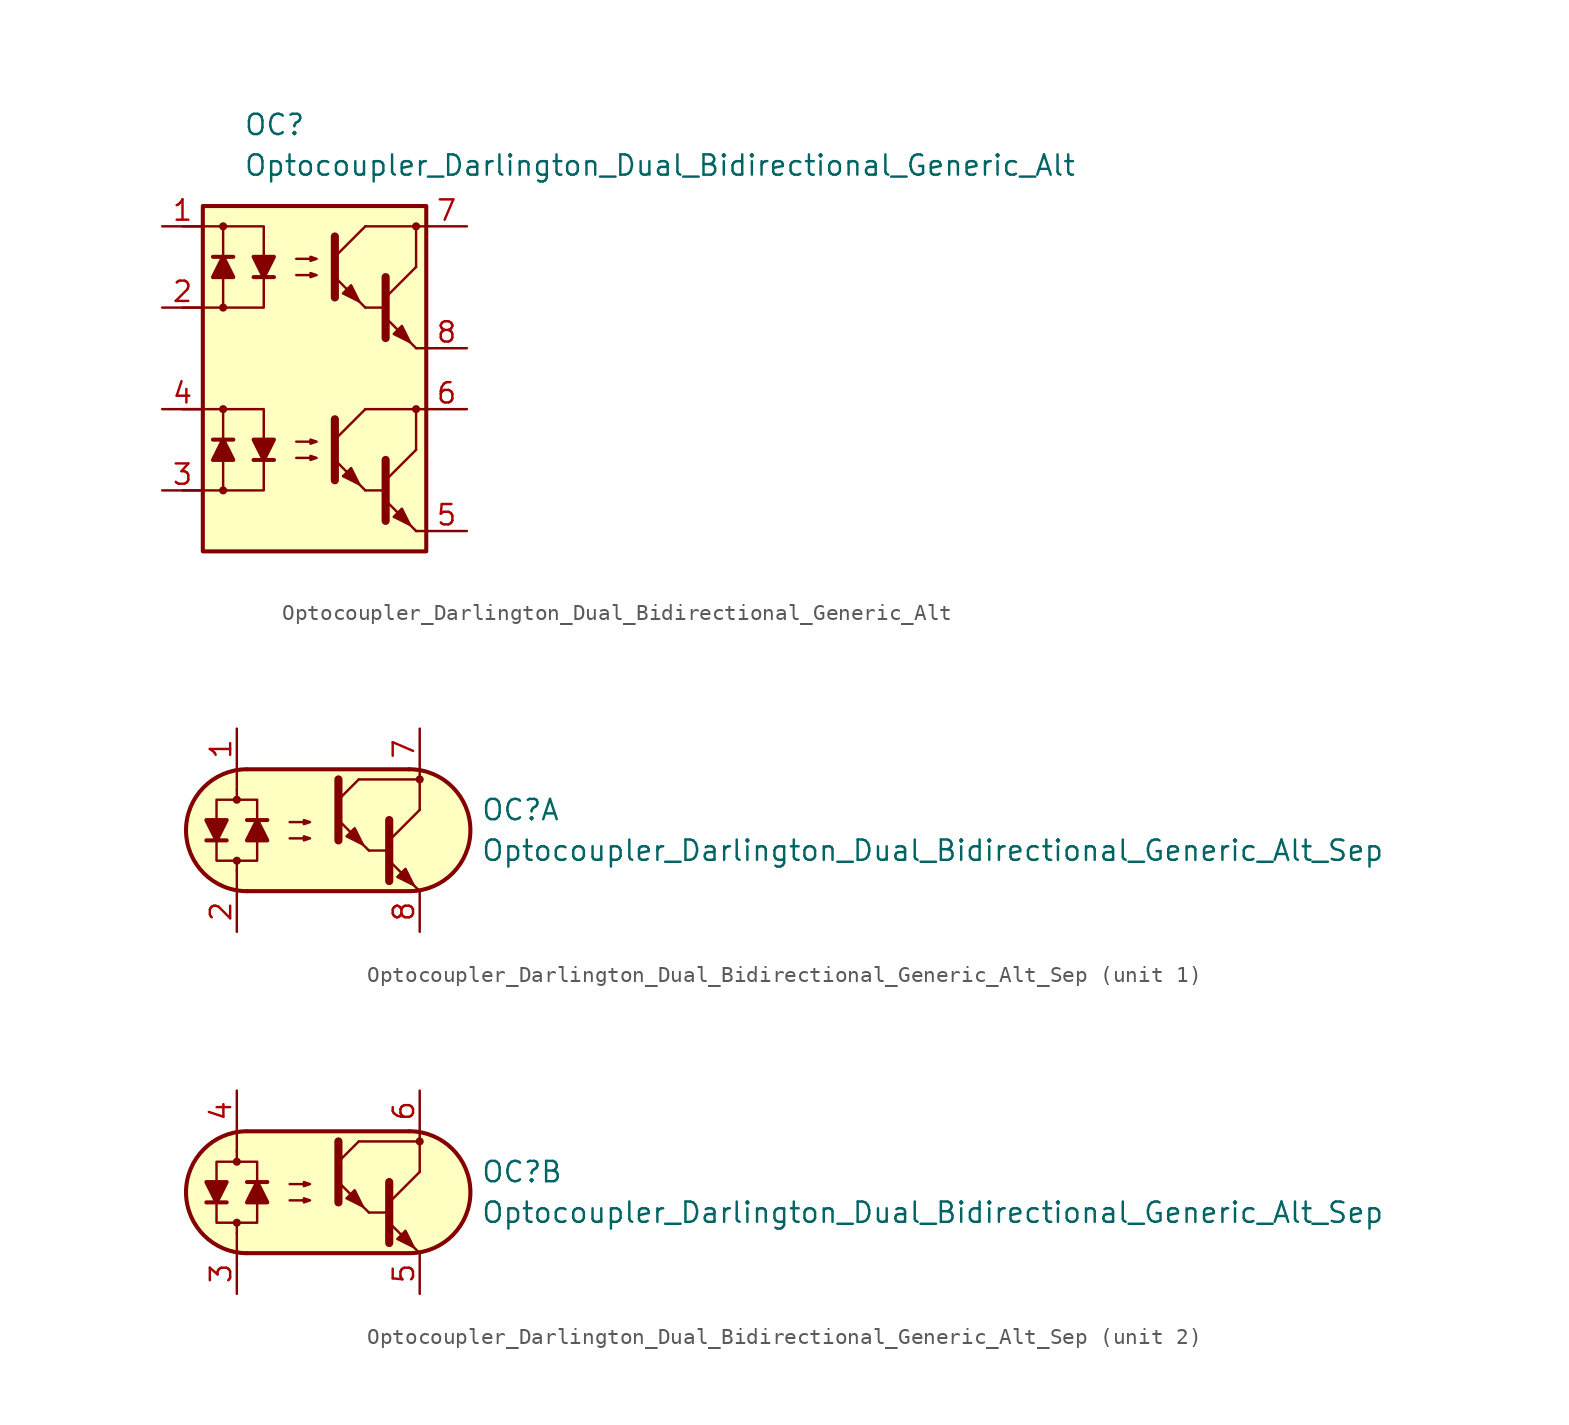
<source format=kicad_sym>
(kicad_symbol_lib
  (version 20231120)
  (generator "kicad_symbol_editor")
  (generator_version "8.0")
  (symbol "Optocoupler_Darlington_Dual_Bidirectional_Generic_Alt"
    (pin_names
      (offset 1.016))
    (property "Reference" "OC"
      (at -3.81 15.24 0)
      (effects (font (size 1.27 1.27)) (justify left)))
    (property "Value" "Optocoupler_Darlington_Dual_Bidirectional_Generic_Alt"
      (at -3.81 12.7 0)
      (effects (font (size 1.27 1.27)) (justify left)))
    (symbol "Optocoupler_Darlington_Dual_Bidirectional_Generic_Alt_0_1"
      (rectangle (start -6.35 10.16) (end 7.62 -11.43) (stroke (width 0.254) (type default)) (fill (type background)))
      (polyline (pts (xy 3.81 3.81) (xy 5.08 3.81)) (stroke (width 0) (type default)) (fill (type none)))
      (polyline (pts (xy 5.08 4.445) (xy 6.985 6.35)) (stroke (width 0) (type default)) (fill (type none)))
      (polyline (pts (xy 6.985 1.27) (xy 5.08 3.175)) (stroke (width 0) (type default)) (fill (type outline)))
      (polyline (pts (xy 6.985 1.27) (xy 7.62 1.27)) (stroke (width 0) (type default)) (fill (type none)))
      (polyline (pts (xy 6.985 6.35) (xy 6.985 8.89)) (stroke (width 0) (type default)) (fill (type none)))
      (polyline (pts (xy 7.62 8.89) (xy 3.81 8.89)) (stroke (width 0) (type default)) (fill (type none)))
      (polyline (pts (xy 5.08 5.715) (xy 5.08 1.905) (xy 5.08 1.905)) (stroke (width 0.508) (type default)) (fill (type none)))
      (polyline (pts (xy -0.508 5.842) (xy 0.762 5.842) (xy 0.381 5.715) (xy 0.381 5.969) (xy 0.762 5.842)) (stroke (width 0) (type default)) (fill (type none)))
      (polyline (pts (xy -0.508 6.858) (xy 0.762 6.858) (xy 0.381 6.731) (xy 0.381 6.985) (xy 0.762 6.858)) (stroke (width 0) (type default)) (fill (type none)))
      (polyline (pts (xy 5.588 2.159) (xy 6.096 2.667) (xy 6.604 1.651) (xy 5.588 2.159) (xy 5.588 2.159)) (stroke (width 0) (type default)) (fill (type outline)))
      (circle (center 6.985 8.89) (radius 0.178) (stroke (width 0) (type default)) (fill (type outline))))
    (symbol "Optocoupler_Darlington_Dual_Bidirectional_Generic_Alt_1_1"
      (circle (center -5.08 -7.62) (radius 0.178) (stroke (width 0) (type default)) (fill (type outline)))
      (circle (center -5.08 -2.54) (radius 0.178) (stroke (width 0) (type default)) (fill (type outline)))
      (circle (center -5.08 3.81) (radius 0.178) (stroke (width 0) (type default)) (fill (type outline)))
      (circle (center -5.08 8.89) (radius 0.178) (stroke (width 0) (type default)) (fill (type outline)))
      (polyline (pts (xy -4.445 -4.445) (xy -5.715 -4.445)) (stroke (width 0.254) (type default)) (fill (type none)))
      (polyline (pts (xy -4.445 6.985) (xy -5.715 6.985)) (stroke (width 0.254) (type default)) (fill (type none)))
      (polyline (pts (xy -3.175 -5.715) (xy -1.905 -5.715)) (stroke (width 0.254) (type default)) (fill (type none)))
      (polyline (pts (xy -3.175 5.715) (xy -1.905 5.715)) (stroke (width 0.254) (type default)) (fill (type none)))
      (polyline (pts (xy 1.905 -4.445) (xy 3.81 -2.54)) (stroke (width 0) (type default)) (fill (type none)))
      (polyline (pts (xy 1.905 6.985) (xy 3.81 8.89)) (stroke (width 0) (type default)) (fill (type none)))
      (polyline (pts (xy 3.81 -7.62) (xy 1.905 -5.715)) (stroke (width 0) (type default)) (fill (type outline)))
      (polyline (pts (xy 3.81 -7.62) (xy 5.08 -7.62)) (stroke (width 0) (type default)) (fill (type none)))
      (polyline (pts (xy 3.81 3.81) (xy 1.905 5.715)) (stroke (width 0) (type default)) (fill (type outline)))
      (polyline (pts (xy 5.08 -6.985) (xy 6.985 -5.08)) (stroke (width 0) (type default)) (fill (type none)))
      (polyline (pts (xy 6.985 -10.16) (xy 5.08 -8.255)) (stroke (width 0) (type default)) (fill (type outline)))
      (polyline (pts (xy 6.985 -10.16) (xy 7.62 -10.16)) (stroke (width 0) (type default)) (fill (type none)))
      (polyline (pts (xy 6.985 -5.08) (xy 6.985 -2.54)) (stroke (width 0) (type default)) (fill (type none)))
      (polyline (pts (xy 7.62 -2.54) (xy 3.81 -2.54)) (stroke (width 0) (type default)) (fill (type none)))
      (polyline (pts (xy -7.62 -2.54) (xy -5.08 -2.54) (xy -5.08 -5.715)) (stroke (width 0) (type default)) (fill (type none)))
      (polyline (pts (xy -7.62 8.89) (xy -5.08 8.89) (xy -5.08 5.715)) (stroke (width 0) (type default)) (fill (type none)))
      (polyline (pts (xy -5.08 -5.715) (xy -5.08 -7.62) (xy -7.62 -7.62)) (stroke (width 0) (type default)) (fill (type none)))
      (polyline (pts (xy -5.08 -2.54) (xy -2.54 -2.54) (xy -2.54 -5.715)) (stroke (width 0) (type default)) (fill (type none)))
      (polyline (pts (xy -5.08 5.715) (xy -5.08 3.81) (xy -7.62 3.81)) (stroke (width 0) (type default)) (fill (type none)))
      (polyline (pts (xy -5.08 8.89) (xy -2.54 8.89) (xy -2.54 5.715)) (stroke (width 0) (type default)) (fill (type none)))
      (polyline (pts (xy -2.54 -5.715) (xy -2.54 -7.62) (xy -5.08 -7.62)) (stroke (width 0) (type default)) (fill (type none)))
      (polyline (pts (xy -2.54 5.715) (xy -2.54 3.81) (xy -5.08 3.81)) (stroke (width 0) (type default)) (fill (type none)))
      (polyline (pts (xy 1.905 -3.175) (xy 1.905 -6.985) (xy 1.905 -6.985)) (stroke (width 0.508) (type default)) (fill (type none)))
      (polyline (pts (xy 1.905 8.255) (xy 1.905 4.445) (xy 1.905 4.445)) (stroke (width 0.508) (type default)) (fill (type none)))
      (polyline (pts (xy 5.08 -5.715) (xy 5.08 -9.525) (xy 5.08 -9.525)) (stroke (width 0.508) (type default)) (fill (type none)))
      (polyline (pts (xy -5.08 -4.445) (xy -4.445 -5.715) (xy -5.715 -5.715) (xy -5.08 -4.445)) (stroke (width 0.254) (type default)) (fill (type outline)))
      (polyline (pts (xy -5.08 6.985) (xy -4.445 5.715) (xy -5.715 5.715) (xy -5.08 6.985)) (stroke (width 0.254) (type default)) (fill (type outline)))
      (polyline (pts (xy -2.54 -5.715) (xy -3.175 -4.445) (xy -1.905 -4.445) (xy -2.54 -5.715)) (stroke (width 0.254) (type default)) (fill (type outline)))
      (polyline (pts (xy -2.54 5.715) (xy -3.175 6.985) (xy -1.905 6.985) (xy -2.54 5.715)) (stroke (width 0.254) (type default)) (fill (type outline)))
      (polyline (pts (xy -0.508 -5.588) (xy 0.762 -5.588) (xy 0.381 -5.715) (xy 0.381 -5.461) (xy 0.762 -5.588)) (stroke (width 0) (type default)) (fill (type none)))
      (polyline (pts (xy -0.508 -4.572) (xy 0.762 -4.572) (xy 0.381 -4.699) (xy 0.381 -4.445) (xy 0.762 -4.572)) (stroke (width 0) (type default)) (fill (type none)))
      (polyline (pts (xy 2.413 -6.731) (xy 2.921 -6.223) (xy 3.429 -7.239) (xy 2.413 -6.731) (xy 2.413 -6.731)) (stroke (width 0) (type default)) (fill (type outline)))
      (polyline (pts (xy 2.413 4.699) (xy 2.921 5.207) (xy 3.429 4.191) (xy 2.413 4.699) (xy 2.413 4.699)) (stroke (width 0) (type default)) (fill (type outline)))
      (polyline (pts (xy 5.588 -9.271) (xy 6.096 -8.763) (xy 6.604 -9.779) (xy 5.588 -9.271) (xy 5.588 -9.271)) (stroke (width 0) (type default)) (fill (type outline)))
      (circle (center 6.985 -2.54) (radius 0.178) (stroke (width 0) (type default)) (fill (type outline)))
      (pin passive line (at -8.89 8.89 0) (length 2.54) (name "~" (effects (font (size 1.27 1.27)))) (number "1" (effects (font (size 1.27 1.27)))))
      (pin passive line (at -8.89 3.81 0) (length 2.54) (name "~" (effects (font (size 1.27 1.27)))) (number "2" (effects (font (size 1.27 1.27)))))
      (pin passive line (at -8.89 -7.62 0) (length 2.54) (name "~" (effects (font (size 1.27 1.27)))) (number "3" (effects (font (size 1.27 1.27)))))
      (pin passive line (at -8.89 -2.54 0) (length 2.54) (name "~" (effects (font (size 1.27 1.27)))) (number "4" (effects (font (size 1.27 1.27)))))
      (pin passive line (at 10.16 -10.16 180) (length 2.54) (name "~" (effects (font (size 1.27 1.27)))) (number "5" (effects (font (size 1.27 1.27)))))
      (pin passive line (at 10.16 -2.54 180) (length 2.54) (name "~" (effects (font (size 1.27 1.27)))) (number "6" (effects (font (size 1.27 1.27)))))
      (pin passive line (at 10.16 8.89 180) (length 2.54) (name "~" (effects (font (size 1.27 1.27)))) (number "7" (effects (font (size 1.27 1.27)))))
      (pin passive line (at 10.16 1.27 180) (length 2.54) (name "~" (effects (font (size 1.27 1.27)))) (number "8" (effects (font (size 1.27 1.27)))))))
  (symbol "Optocoupler_Darlington_Dual_Bidirectional_Generic_Alt_Sep"
    (pin_names
      (offset 1.016))
    (property "Reference" "OC"
      (at 10.16 1.27 0)
      (effects (font (size 1.27 1.27)) (justify left)))
    (property "Value" "Optocoupler_Darlington_Dual_Bidirectional_Generic_Alt_Sep"
      (at 10.16 -1.27 0)
      (effects (font (size 1.27 1.27)) (justify left)))
    (symbol "Optocoupler_Darlington_Dual_Bidirectional_Generic_Alt_Sep_0_1"
      (arc (start -4.4835 3.8099) (mid -8.2551 -0.016) (end -4.4516 -3.8101) (stroke (width 0.254) (type default)) (fill (type none)))
      (polyline (pts (xy -5.08 -2.54) (xy -5.08 -3.81)) (stroke (width 0.152) (type default)) (fill (type none)))
      (polyline (pts (xy -5.08 1.905) (xy -5.08 2.54)) (stroke (width 0.152) (type default)) (fill (type none)))
      (polyline (pts (xy -5.08 2.54) (xy -5.08 3.81)) (stroke (width 0.152) (type default)) (fill (type none)))
      (polyline (pts (xy -4.445 -3.81) (xy 5.715 -3.81)) (stroke (width 0.254) (type default)) (fill (type none)))
      (polyline (pts (xy 2.54 3.175) (xy 6.35 3.175)) (stroke (width 0.152) (type default)) (fill (type none)))
      (polyline (pts (xy 3.175 -1.27) (xy 4.445 -1.27)) (stroke (width 0) (type default)) (fill (type none)))
      (polyline (pts (xy 4.445 -0.635) (xy 6.35 1.27)) (stroke (width 0) (type default)) (fill (type none)))
      (polyline (pts (xy 5.715 3.81) (xy -4.445 3.81)) (stroke (width 0.254) (type default)) (fill (type none)))
      (polyline (pts (xy 6.35 -3.81) (xy 4.445 -1.905)) (stroke (width 0) (type default)) (fill (type outline)))
      (polyline (pts (xy 6.35 1.27) (xy 6.35 3.81)) (stroke (width 0.152) (type default)) (fill (type none)))
      (polyline (pts (xy 4.445 0.635) (xy 4.445 -3.175) (xy 4.445 -3.175)) (stroke (width 0.508) (type default)) (fill (type none)))
      (polyline (pts (xy -1.778 -0.508) (xy -0.508 -0.508) (xy -0.889 -0.635) (xy -0.889 -0.381) (xy -0.508 -0.508)) (stroke (width 0) (type default)) (fill (type none)))
      (polyline (pts (xy -1.778 0.508) (xy -0.508 0.508) (xy -0.889 0.381) (xy -0.889 0.635) (xy -0.508 0.508)) (stroke (width 0) (type default)) (fill (type none)))
      (polyline (pts (xy 4.953 -2.921) (xy 5.461 -2.413) (xy 5.969 -3.429) (xy 4.953 -2.921) (xy 4.953 -2.921)) (stroke (width 0) (type default)) (fill (type outline)))
      (polyline (pts (xy -5.08 -2.54) (xy -5.08 -1.905) (xy -6.35 -1.905) (xy -6.35 1.905) (xy -3.81 1.905) (xy -3.81 -1.905) (xy -5.08 -1.905)) (stroke (width 0.152) (type default)) (fill (type none)))
      (polyline (pts (xy 5.715 3.81) (xy -4.064 3.81) (xy -4.572 3.81) (xy -5.207 3.683) (xy -5.842 3.556) (xy -6.604 3.175) (xy -7.239 2.54) (xy -7.747 1.778) (xy -8.255 0.508) (xy -8.255 -0.508) (xy -8.001 -1.397) (xy -7.112 -2.667) (xy -6.096 -3.429) (xy -4.572 -3.81) (xy 6.096 -3.81) (xy 7.112 -3.556) (xy 8.128 -2.921) (xy 8.89 -2.159) (xy 9.271 -1.397) (xy 9.525 -0.127) (xy 9.398 0.889) (xy 9.144 1.651) (xy 8.763 2.286) (xy 8.255 2.794) (xy 7.62 3.302) (xy 6.731 3.683) (xy 5.715 3.81)) (stroke (width 0.01) (type default)) (fill (type background)))
      (arc (start 5.7469 -3.81) (mid 9.5185 0.0159) (end 5.715 3.81) (stroke (width 0.254) (type default)) (fill (type none))))
    (symbol "Optocoupler_Darlington_Dual_Bidirectional_Generic_Alt_Sep_1_1"
      (circle (center -5.08 -1.905) (radius 0.178) (stroke (width 0) (type default)) (fill (type outline)))
      (circle (center -5.08 1.905) (radius 0.178) (stroke (width 0) (type default)) (fill (type outline)))
      (polyline (pts (xy -6.985 -0.635) (xy -5.715 -0.635)) (stroke (width 0.254) (type default)) (fill (type none)))
      (polyline (pts (xy -3.175 0.635) (xy -4.445 0.635)) (stroke (width 0.254) (type default)) (fill (type none)))
      (polyline (pts (xy 1.27 1.905) (xy 2.54 3.175)) (stroke (width 0) (type default)) (fill (type none)))
      (polyline (pts (xy 3.175 -1.27) (xy 1.27 0.635)) (stroke (width 0) (type default)) (fill (type outline)))
      (polyline (pts (xy 1.27 3.175) (xy 1.27 -0.635) (xy 1.27 -0.635)) (stroke (width 0.508) (type default)) (fill (type none)))
      (polyline (pts (xy -6.35 -0.635) (xy -6.985 0.635) (xy -5.715 0.635) (xy -6.35 -0.635)) (stroke (width 0.254) (type default)) (fill (type outline)))
      (polyline (pts (xy -3.81 0.635) (xy -3.175 -0.635) (xy -4.445 -0.635) (xy -3.81 0.635)) (stroke (width 0.254) (type default)) (fill (type outline)))
      (polyline (pts (xy 1.778 -0.381) (xy 2.286 0.127) (xy 2.794 -0.889) (xy 1.778 -0.381) (xy 1.778 -0.381)) (stroke (width 0) (type default)) (fill (type outline)))
      (circle (center 6.35 3.175) (radius 0.178) (stroke (width 0) (type default)) (fill (type outline)))
      (pin passive line (at -5.08 6.35 270) (length 2.54) (name "~" (effects (font (size 1.27 1.27)))) (number "1" (effects (font (size 1.27 1.27)))))
      (pin passive line (at -5.08 -6.35 90) (length 2.54) (name "~" (effects (font (size 1.27 1.27)))) (number "2" (effects (font (size 1.27 1.27)))))
      (pin passive line (at 6.35 6.35 270) (length 2.54) (name "~" (effects (font (size 1.27 1.27)))) (number "7" (effects (font (size 1.27 1.27)))))
      (pin passive line (at 6.35 -6.35 90) (length 2.54) (name "~" (effects (font (size 1.27 1.27)))) (number "8" (effects (font (size 1.27 1.27))))))
    (symbol "Optocoupler_Darlington_Dual_Bidirectional_Generic_Alt_Sep_2_1"
      (circle (center -5.08 -1.905) (radius 0.178) (stroke (width 0) (type default)) (fill (type outline)))
      (circle (center -5.08 1.905) (radius 0.178) (stroke (width 0) (type default)) (fill (type outline)))
      (polyline (pts (xy -6.985 -0.635) (xy -5.715 -0.635)) (stroke (width 0.254) (type default)) (fill (type none)))
      (polyline (pts (xy -3.175 0.635) (xy -4.445 0.635)) (stroke (width 0.254) (type default)) (fill (type none)))
      (polyline (pts (xy 1.27 1.905) (xy 2.54 3.175)) (stroke (width 0) (type default)) (fill (type none)))
      (polyline (pts (xy 3.175 -1.27) (xy 1.27 0.635)) (stroke (width 0) (type default)) (fill (type outline)))
      (polyline (pts (xy 1.27 3.175) (xy 1.27 -0.635) (xy 1.27 -0.635)) (stroke (width 0.508) (type default)) (fill (type none)))
      (polyline (pts (xy -6.35 -0.635) (xy -6.985 0.635) (xy -5.715 0.635) (xy -6.35 -0.635)) (stroke (width 0.254) (type default)) (fill (type outline)))
      (polyline (pts (xy -3.81 0.635) (xy -3.175 -0.635) (xy -4.445 -0.635) (xy -3.81 0.635)) (stroke (width 0.254) (type default)) (fill (type outline)))
      (polyline (pts (xy 1.778 -0.381) (xy 2.286 0.127) (xy 2.794 -0.889) (xy 1.778 -0.381) (xy 1.778 -0.381)) (stroke (width 0) (type default)) (fill (type outline)))
      (circle (center 6.35 3.175) (radius 0.178) (stroke (width 0) (type default)) (fill (type outline)))
      (pin passive line (at -5.08 -6.35 90) (length 2.54) (name "~" (effects (font (size 1.27 1.27)))) (number "3" (effects (font (size 1.27 1.27)))))
      (pin passive line (at -5.08 6.35 270) (length 2.54) (name "~" (effects (font (size 1.27 1.27)))) (number "4" (effects (font (size 1.27 1.27)))))
      (pin passive line (at 6.35 -6.35 90) (length 2.54) (name "~" (effects (font (size 1.27 1.27)))) (number "5" (effects (font (size 1.27 1.27)))))
      (pin passive line (at 6.35 6.35 270) (length 2.54) (name "~" (effects (font (size 1.27 1.27)))) (number "6" (effects (font (size 1.27 1.27))))))))
</source>
